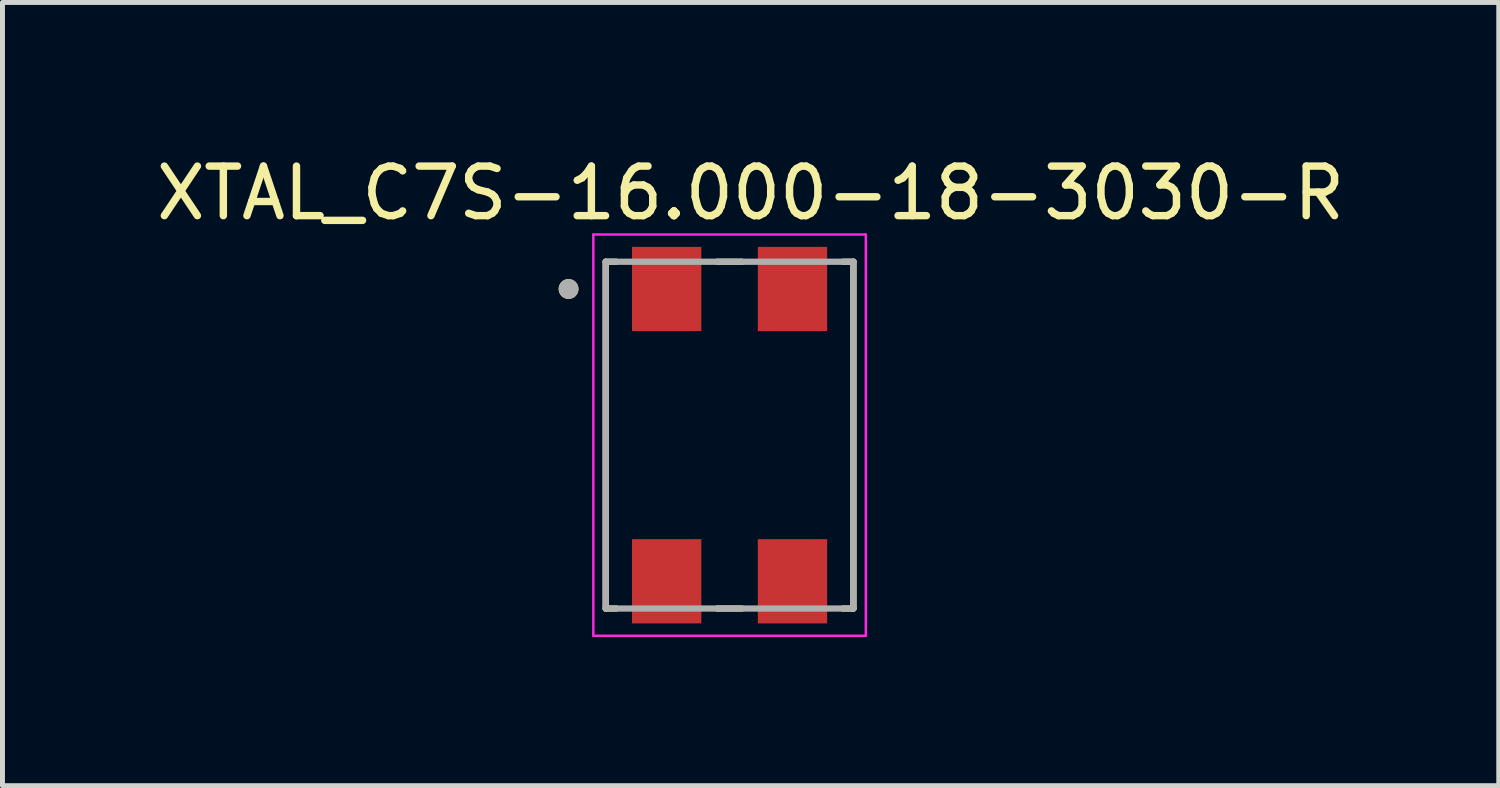
<source format=kicad_pcb>
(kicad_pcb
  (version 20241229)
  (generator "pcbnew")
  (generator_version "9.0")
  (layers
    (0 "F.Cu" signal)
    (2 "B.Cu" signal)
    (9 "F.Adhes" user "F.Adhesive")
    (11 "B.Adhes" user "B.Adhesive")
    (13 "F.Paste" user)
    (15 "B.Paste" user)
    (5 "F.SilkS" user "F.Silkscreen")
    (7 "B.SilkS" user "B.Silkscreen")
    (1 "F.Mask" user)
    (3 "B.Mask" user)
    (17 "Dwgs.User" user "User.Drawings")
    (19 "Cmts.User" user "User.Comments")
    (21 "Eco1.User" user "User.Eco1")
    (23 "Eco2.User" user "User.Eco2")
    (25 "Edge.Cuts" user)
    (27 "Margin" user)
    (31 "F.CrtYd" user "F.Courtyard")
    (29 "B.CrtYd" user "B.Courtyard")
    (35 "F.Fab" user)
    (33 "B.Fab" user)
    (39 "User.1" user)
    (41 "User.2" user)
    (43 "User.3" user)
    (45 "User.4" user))
  (footprint "XTAL_C7S-16.000-18-3030-R"
    (layer "F.Cu")
    (at 11.676 5.733)
    (property "Reference" "XTAL_C7S-16.000-18-3030-R" (at 0.425 -4.885 0) (layer "F.SilkS") (effects (font (size 1 1) (thickness 0.15))))
    (attr smd)
    (fp_line (start -2.5 -3.5) (end -2.5 3.5) (stroke (width 0.127) (type solid)) (layer "F.SilkS"))
    (fp_line (start -2.29 -3.5) (end -2.5 -3.5) (stroke (width 0.127) (type solid)) (layer "F.SilkS"))
    (fp_line (start -2.29 3.5) (end -2.5 3.5) (stroke (width 0.127) (type solid)) (layer "F.SilkS"))
    (fp_line (start -0.25 -3.5) (end 0.25 -3.5) (stroke (width 0.127) (type solid)) (layer "F.SilkS"))
    (fp_line (start -0.25 3.5) (end 0.25 3.5) (stroke (width 0.127) (type solid)) (layer "F.SilkS"))
    (fp_line (start 2.29 -3.5) (end 2.5 -3.5) (stroke (width 0.127) (type solid)) (layer "F.SilkS"))
    (fp_line (start 2.29 3.5) (end 2.5 3.5) (stroke (width 0.127) (type solid)) (layer "F.SilkS"))
    (fp_line (start 2.5 -3.5) (end 2.5 3.5) (stroke (width 0.127) (type solid)) (layer "F.SilkS"))
    (fp_circle (center -3.25 -2.95) (end -3.15 -2.95) (stroke (width 0.2) (type solid)) (fill no) (layer "F.SilkS"))
    (fp_line (start -2.75 -4.05) (end -2.75 4.05) (stroke (width 0.05) (type solid)) (layer "F.CrtYd"))
    (fp_line (start -2.75 -4.05) (end 2.75 -4.05) (stroke (width 0.05) (type solid)) (layer "F.CrtYd"))
    (fp_line (start 2.75 -4.05) (end 2.75 4.05) (stroke (width 0.05) (type solid)) (layer "F.CrtYd"))
    (fp_line (start 2.75 4.05) (end -2.75 4.05) (stroke (width 0.05) (type solid)) (layer "F.CrtYd"))
    (fp_line (start -2.5 -3.5) (end -2.5 3.5) (stroke (width 0.127) (type solid)) (layer "F.Fab"))
    (fp_line (start -2.5 -3.5) (end 2.5 -3.5) (stroke (width 0.127) (type solid)) (layer "F.Fab"))
    (fp_line (start 2.5 -3.5) (end 2.5 3.5) (stroke (width 0.127) (type solid)) (layer "F.Fab"))
    (fp_line (start 2.5 3.5) (end -2.5 3.5) (stroke (width 0.127) (type solid)) (layer "F.Fab"))
    (fp_circle (center -3.25 -2.95) (end -3.15 -2.95) (stroke (width 0.2) (type solid)) (fill no) (layer "F.Fab"))
    (pad "1" smd rect (at -1.27 -2.95) (size 1.4 1.7) (layers "F.Cu" "F.Mask" "F.Paste"))
    (pad "2" smd rect (at -1.27 2.95) (size 1.4 1.7) (layers "F.Cu" "F.Mask" "F.Paste"))
    (pad "3" smd rect (at 1.27 2.95) (size 1.4 1.7) (layers "F.Cu" "F.Mask" "F.Paste"))
    (pad "4" smd rect (at 1.27 -2.95) (size 1.4 1.7) (layers "F.Cu" "F.Mask" "F.Paste")))
  (gr_rect
    (start -3 -3)
    (end 27.202 12.808)
    (stroke (width 0.1) (type default))
    (fill no)
    (layer "Edge.Cuts")))
</source>
